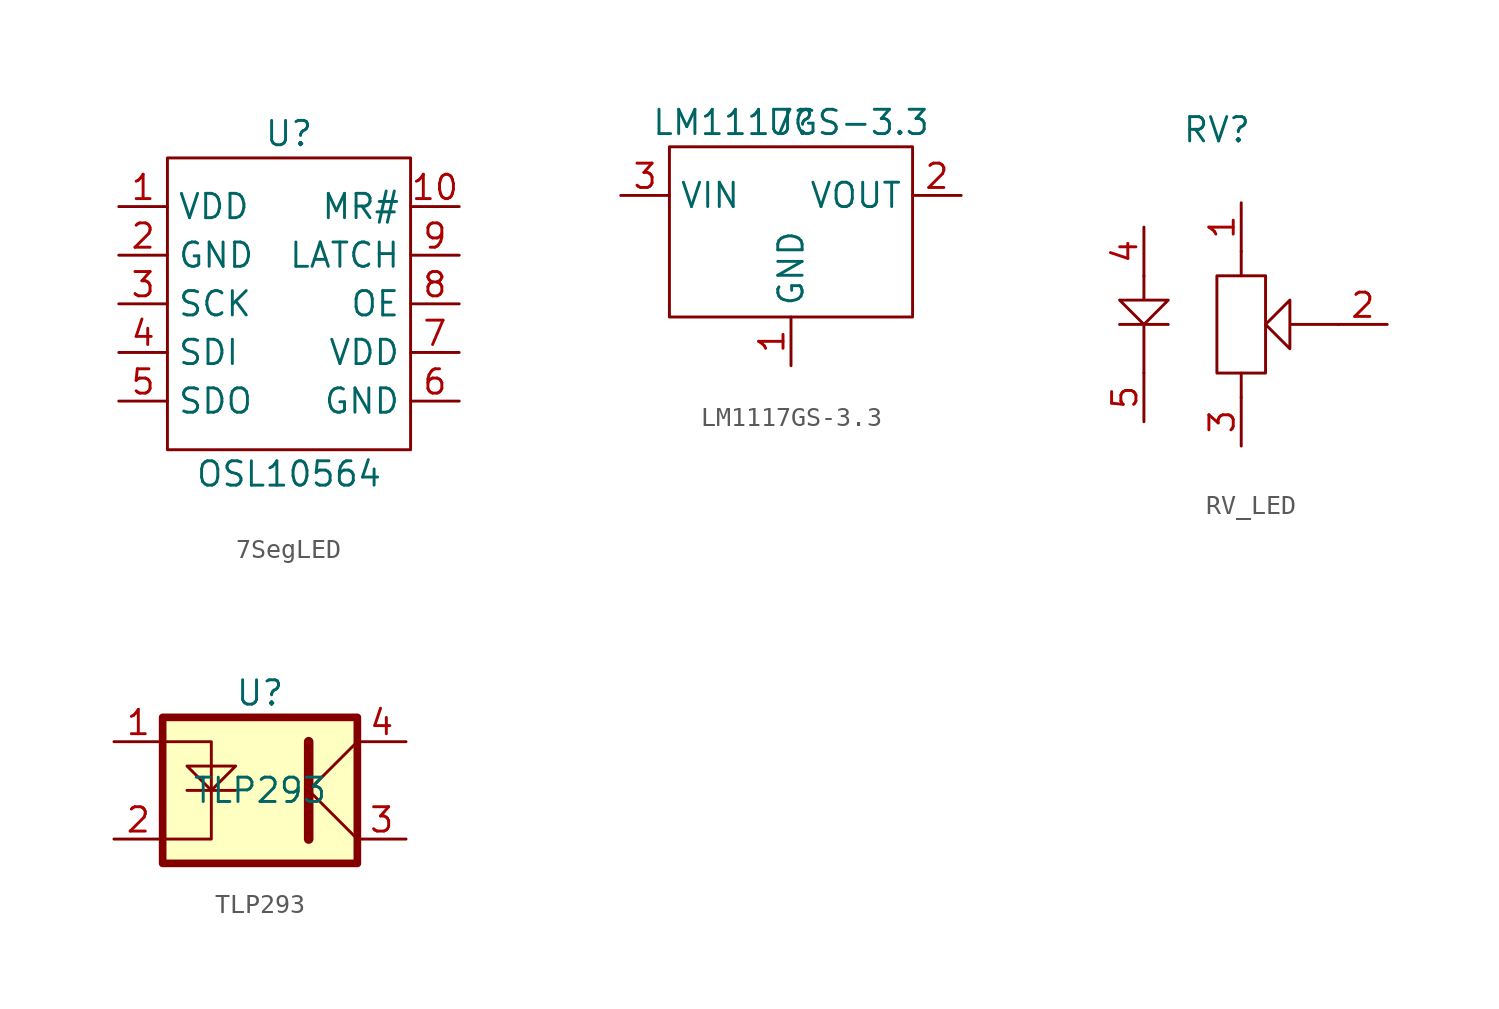
<source format=kicad_sym>
(kicad_symbol_lib
  (version 20220914)
  (generator kicad_symbol_editor)
  (symbol "7SegLED"
    (property "Reference" "U"
      (at 0 8.89 0)
      (effects (font (size 1.27 1.27))))
    (property "Value" "OSL10564"
      (at 0 -8.89 0)
      (effects (font (size 1.27 1.27))))
    (symbol "7SegLED_0_1"
      (rectangle (start -6.35 7.62) (end 6.35 -7.62) (stroke (width 0) (type default)) (fill (type none))))
    (symbol "7SegLED_1_1"
      (pin passive line (at -8.89 5.08 0) (length 2.54) (name "VDD" (effects (font (size 1.27 1.27)))) (number "1" (effects (font (size 1.27 1.27)))))
      (pin passive line (at 8.89 5.08 180) (length 2.54) (name "MR#" (effects (font (size 1.27 1.27)))) (number "10" (effects (font (size 1.27 1.27)))))
      (pin passive line (at -8.89 2.54 0) (length 2.54) (name "GND" (effects (font (size 1.27 1.27)))) (number "2" (effects (font (size 1.27 1.27)))))
      (pin passive line (at -8.89 0 0) (length 2.54) (name "SCK" (effects (font (size 1.27 1.27)))) (number "3" (effects (font (size 1.27 1.27)))))
      (pin passive line (at -8.89 -2.54 0) (length 2.54) (name "SDI" (effects (font (size 1.27 1.27)))) (number "4" (effects (font (size 1.27 1.27)))))
      (pin passive line (at -8.89 -5.08 0) (length 2.54) (name "SDO" (effects (font (size 1.27 1.27)))) (number "5" (effects (font (size 1.27 1.27)))))
      (pin passive line (at 8.89 -5.08 180) (length 2.54) (name "GND" (effects (font (size 1.27 1.27)))) (number "6" (effects (font (size 1.27 1.27)))))
      (pin passive line (at 8.89 -2.54 180) (length 2.54) (name "VDD" (effects (font (size 1.27 1.27)))) (number "7" (effects (font (size 1.27 1.27)))))
      (pin passive line (at 8.89 0 180) (length 2.54) (name "OE" (effects (font (size 1.27 1.27)))) (number "8" (effects (font (size 1.27 1.27)))))
      (pin passive line (at 8.89 2.54 180) (length 2.54) (name "LATCH" (effects (font (size 1.27 1.27)))) (number "9" (effects (font (size 1.27 1.27)))))))
  (symbol "LM1117GS-3.3"
    (property "Reference" "U"
      (at 0 7.62 0)
      (effects (font (size 1.27 1.27))))
    (property "Value" "LM1117GS-3.3"
      (at 0 7.62 0)
      (effects (font (size 1.27 1.27))))
    (symbol "LM1117GS-3.3_0_1"
      (rectangle (start -6.35 6.35) (end 6.35 -2.54) (stroke (width 0) (type default)) (fill (type none))))
    (symbol "LM1117GS-3.3_1_1"
      (pin passive line (at 0 -5.08 90) (length 2.54) (name "GND" (effects (font (size 1.27 1.27)))) (number "1" (effects (font (size 1.27 1.27)))))
      (pin passive line (at 8.89 3.81 180) (length 2.54) (name "VOUT" (effects (font (size 1.27 1.27)))) (number "2" (effects (font (size 1.27 1.27)))))
      (pin passive line (at -8.89 3.81 0) (length 2.54) (name "VIN" (effects (font (size 1.27 1.27)))) (number "3" (effects (font (size 1.27 1.27)))))))
  (symbol "RV_LED"
    (property "Reference" "RV"
      (at 0 10.16 0)
      (effects (font (size 1.27 1.27))))
    (property "Value" ""
      (at 0 0 0)
      (effects (font (size 1.27 1.27))))
    (symbol "RV_LED_0_1"
      (polyline (pts (xy 1.27 -2.54) (xy 1.27 -3.81)) (stroke (width 0) (type default)) (fill (type none)))
      (polyline (pts (xy 1.27 2.54) (xy 1.27 3.81)) (stroke (width 0) (type default)) (fill (type none)))
      (polyline (pts (xy -5.08 0) (xy -2.54 0) (xy -3.81 0) (xy -3.81 -2.54)) (stroke (width 0) (type default)) (fill (type none)))
      (polyline (pts (xy -3.81 2.54) (xy -3.81 1.27) (xy -5.08 1.27) (xy -3.81 0) (xy -2.54 1.27) (xy -3.81 1.27)) (stroke (width 0) (type default)) (fill (type none)))
      (polyline (pts (xy 3.81 1.27) (xy 2.54 0) (xy 3.81 -1.27) (xy 3.81 1.27) (xy 3.81 0) (xy 6.35 0)) (stroke (width 0) (type default)) (fill (type none)))
      (rectangle (start 0 2.54) (end 2.54 -2.54) (stroke (width 0) (type default)) (fill (type none))))
    (symbol "RV_LED_1_1"
      (pin passive line (at 1.27 6.35 270) (length 2.54) (name "" (effects (font (size 1.27 1.27)))) (number "1" (effects (font (size 1.27 1.27)))))
      (pin passive line (at 8.89 0 180) (length 2.54) (name "" (effects (font (size 1.27 1.27)))) (number "2" (effects (font (size 1.27 1.27)))))
      (pin passive line (at 1.27 -6.35 90) (length 2.54) (name "" (effects (font (size 1.27 1.27)))) (number "3" (effects (font (size 1.27 1.27)))))
      (pin passive line (at -3.81 5.08 270) (length 2.54) (name "" (effects (font (size 1.27 1.27)))) (number "4" (effects (font (size 1.27 1.27)))))
      (pin passive line (at -3.81 -5.08 90) (length 2.54) (name "" (effects (font (size 1.27 1.27)))) (number "5" (effects (font (size 1.27 1.27)))))))
  (symbol "TLP293"
    (property "Reference" "U"
      (at 0 5.08 0)
      (effects (font (size 1.27 1.27))))
    (property "Value" "TLP293"
      (at 0 0 0)
      (effects (font (size 1.27 1.27))))
    (symbol "TLP293_0_1"
      (polyline (pts (xy 2.54 2.54) (xy 2.54 2.54)) (stroke (width 0) (type default)) (fill (type none)))
      (polyline (pts (xy -5.08 2.54) (xy -2.54 2.54) (xy -2.54 -2.54) (xy -5.08 -2.54)) (stroke (width 0) (type default)) (fill (type none)))
      (polyline (pts (xy 5.08 2.54) (xy 2.54 0) (xy 5.08 -2.54) (xy 2.54 0)) (stroke (width 0) (type default)) (fill (type none))))
    (symbol "TLP293_1_1"
      (rectangle (start -5.08 3.81) (end 5.08 -3.81) (stroke (width 0.4) (type default)) (fill (type background)))
      (polyline (pts (xy -3.81 0) (xy -1.27 0)) (stroke (width 0) (type default)) (fill (type none)))
      (polyline (pts (xy 2.54 2.54) (xy 2.54 -2.54)) (stroke (width 0.5) (type default)) (fill (type none)))
      (polyline (pts (xy -3.81 1.27) (xy -1.27 1.27) (xy -2.54 0) (xy -3.81 1.27) (xy -2.54 0)) (stroke (width 0) (type default)) (fill (type none)))
      (pin passive line (at -7.62 2.54 0) (length 2.54) (name "" (effects (font (size 1.27 1.27)))) (number "1" (effects (font (size 1.27 1.27)))))
      (pin passive line (at -7.62 -2.54 0) (length 2.54) (name "" (effects (font (size 1.27 1.27)))) (number "2" (effects (font (size 1.27 1.27)))))
      (pin passive line (at 7.62 -2.54 180) (length 2.54) (name "" (effects (font (size 1.27 1.27)))) (number "3" (effects (font (size 1.27 1.27)))))
      (pin passive line (at 7.62 2.54 180) (length 2.54) (name "" (effects (font (size 1.27 1.27)))) (number "4" (effects (font (size 1.27 1.27))))))))
</source>
